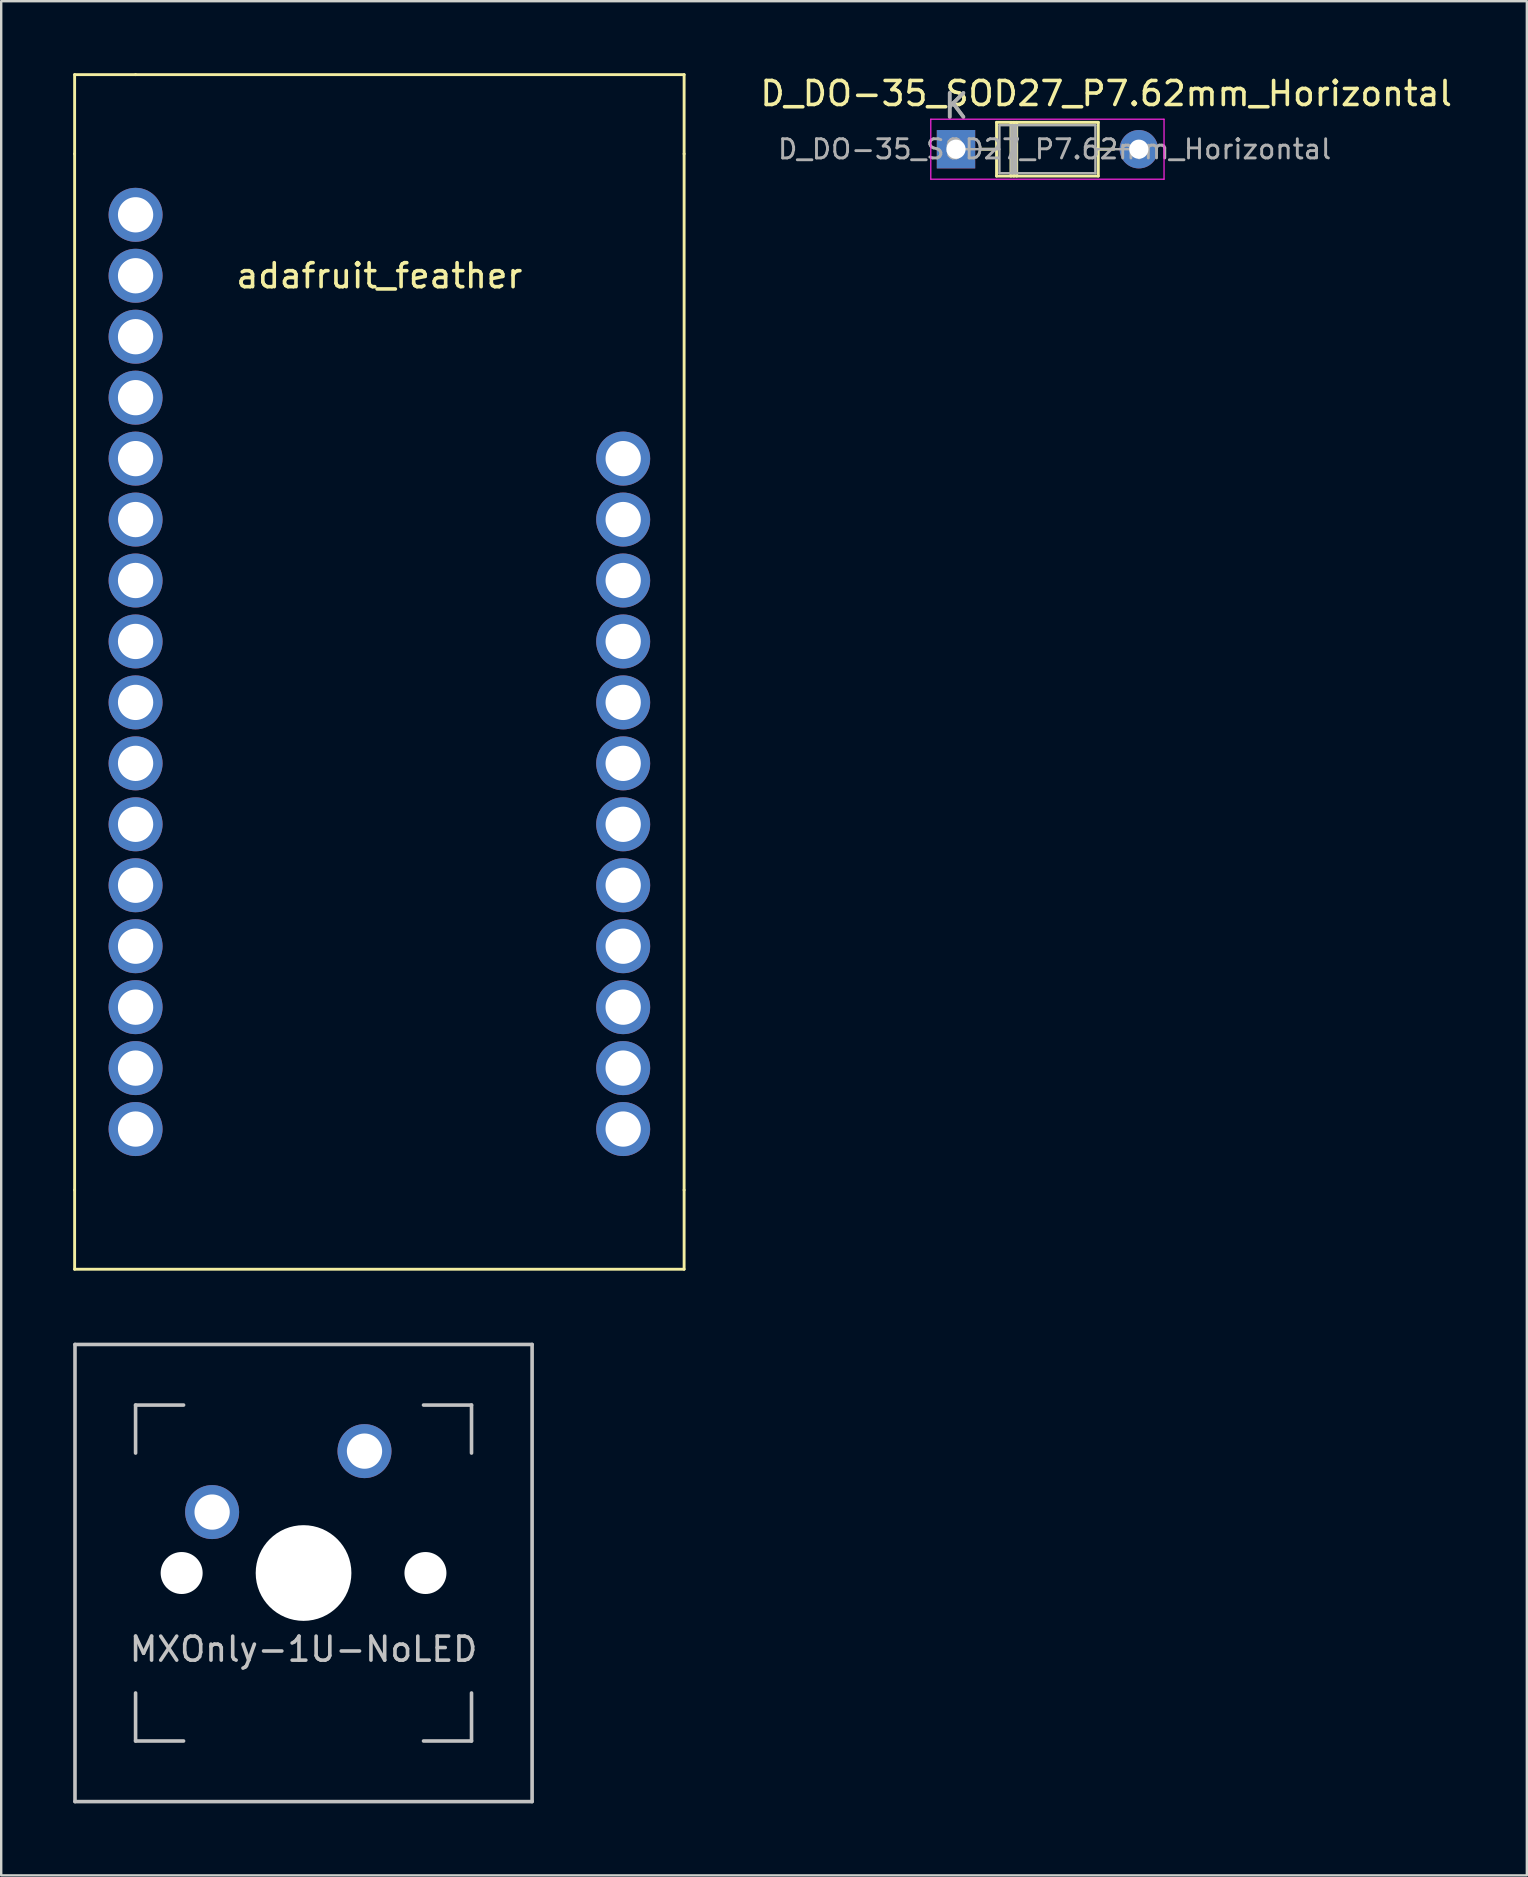
<source format=kicad_pcb>
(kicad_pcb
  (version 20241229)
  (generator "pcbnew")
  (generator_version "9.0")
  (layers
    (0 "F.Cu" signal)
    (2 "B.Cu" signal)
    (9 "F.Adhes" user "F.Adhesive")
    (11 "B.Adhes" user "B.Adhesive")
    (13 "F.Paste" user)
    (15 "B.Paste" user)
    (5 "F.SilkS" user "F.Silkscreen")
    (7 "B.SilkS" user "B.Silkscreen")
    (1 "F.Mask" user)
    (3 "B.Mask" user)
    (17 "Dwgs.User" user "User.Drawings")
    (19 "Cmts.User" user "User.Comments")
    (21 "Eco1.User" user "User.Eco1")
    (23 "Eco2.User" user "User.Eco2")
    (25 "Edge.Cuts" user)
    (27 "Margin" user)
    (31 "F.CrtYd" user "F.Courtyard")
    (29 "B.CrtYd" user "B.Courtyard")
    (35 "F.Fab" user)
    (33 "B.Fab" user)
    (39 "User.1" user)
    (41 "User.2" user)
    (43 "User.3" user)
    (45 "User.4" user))
  (footprint "adafruit_feather"
    (layer "F.Cu")
    (at 5.14 3.362)
    (property "Reference" "adafruit_feather" (at 7.62 5.08 0) (layer "F.SilkS") (effects (font (size 1 1) (thickness 0.15))))
    (attr through_hole)
    (fp_line (start -5.08 -3.302) (end -2.54 -3.302) (stroke (width 0.12) (type solid)) (layer "F.SilkS"))
    (fp_line (start -5.08 0) (end -5.08 -3.302) (stroke (width 0.12) (type solid)) (layer "F.SilkS"))
    (fp_line (start -5.08 43.18) (end -5.08 0) (stroke (width 0.12) (type solid)) (layer "F.SilkS"))
    (fp_line (start -5.08 46.482) (end -5.08 43.18) (stroke (width 0.12) (type solid)) (layer "F.SilkS"))
    (fp_line (start -2.54 -3.302) (end 20.32 -3.302) (stroke (width 0.12) (type solid)) (layer "F.SilkS"))
    (fp_line (start 20.32 -3.302) (end 20.32 0) (stroke (width 0.12) (type solid)) (layer "F.SilkS"))
    (fp_line (start 20.32 43.18) (end 20.32 0) (stroke (width 0.12) (type solid)) (layer "F.SilkS"))
    (fp_line (start 20.32 43.18) (end 20.32 46.482) (stroke (width 0.12) (type solid)) (layer "F.SilkS"))
    (fp_line (start 20.32 46.482) (end -5.08 46.482) (stroke (width 0.12) (type solid)) (layer "F.SilkS"))
    (pad "1" thru_hole circle (at -2.54 2.54) (size 2.25 2.25) (drill 1.47) (layers "*.Cu" "*.Mask"))
    (pad "2" thru_hole circle (at -2.54 5.08) (size 2.25 2.25) (drill 1.47) (layers "*.Cu" "*.Mask"))
    (pad "3" thru_hole circle (at -2.54 7.62) (size 2.25 2.25) (drill 1.47) (layers "*.Cu" "*.Mask"))
    (pad "4" thru_hole circle (at -2.54 10.16) (size 2.25 2.25) (drill 1.47) (layers "*.Cu" "*.Mask"))
    (pad "5" thru_hole circle (at -2.54 12.7) (size 2.25 2.25) (drill 1.47) (layers "*.Cu" "*.Mask"))
    (pad "6" thru_hole circle (at -2.54 15.24) (size 2.25 2.25) (drill 1.47) (layers "*.Cu" "*.Mask"))
    (pad "7" thru_hole circle (at -2.54 17.78) (size 2.25 2.25) (drill 1.47) (layers "*.Cu" "*.Mask"))
    (pad "8" thru_hole circle (at -2.54 20.32) (size 2.25 2.25) (drill 1.47) (layers "*.Cu" "*.Mask"))
    (pad "9" thru_hole circle (at -2.54 22.86) (size 2.25 2.25) (drill 1.47) (layers "*.Cu" "*.Mask"))
    (pad "10" thru_hole circle (at -2.54 25.4) (size 2.25 2.25) (drill 1.47) (layers "*.Cu" "*.Mask"))
    (pad "11" thru_hole circle (at -2.54 27.94) (size 2.25 2.25) (drill 1.47) (layers "*.Cu" "*.Mask"))
    (pad "12" thru_hole circle (at -2.54 30.48) (size 2.25 2.25) (drill 1.47) (layers "*.Cu" "*.Mask"))
    (pad "13" thru_hole circle (at -2.54 33.02) (size 2.25 2.25) (drill 1.47) (layers "*.Cu" "*.Mask"))
    (pad "14" thru_hole circle (at -2.54 35.56) (size 2.25 2.25) (drill 1.47) (layers "*.Cu" "*.Mask"))
    (pad "15" thru_hole circle (at -2.54 38.1) (size 2.25 2.25) (drill 1.47) (layers "*.Cu" "*.Mask"))
    (pad "16" thru_hole circle (at -2.54 40.64) (size 2.25 2.25) (drill 1.47) (layers "*.Cu" "*.Mask"))
    (pad "17" thru_hole circle (at 17.78 40.64) (size 2.25 2.25) (drill 1.47) (layers "*.Cu" "*.Mask"))
    (pad "18" thru_hole circle (at 17.78 38.1) (size 2.25 2.25) (drill 1.47) (layers "*.Cu" "*.Mask"))
    (pad "19" thru_hole circle (at 17.78 35.56) (size 2.25 2.25) (drill 1.47) (layers "*.Cu" "*.Mask"))
    (pad "20" thru_hole circle (at 17.78 33.02) (size 2.25 2.25) (drill 1.47) (layers "*.Cu" "*.Mask"))
    (pad "21" thru_hole circle (at 17.78 30.48) (size 2.25 2.25) (drill 1.47) (layers "*.Cu" "*.Mask"))
    (pad "22" thru_hole circle (at 17.78 27.94) (size 2.25 2.25) (drill 1.47) (layers "*.Cu" "*.Mask"))
    (pad "23" thru_hole circle (at 17.78 25.4) (size 2.25 2.25) (drill 1.47) (layers "*.Cu" "*.Mask"))
    (pad "24" thru_hole circle (at 17.78 22.86) (size 2.25 2.25) (drill 1.47) (layers "*.Cu" "*.Mask"))
    (pad "25" thru_hole circle (at 17.78 20.32) (size 2.25 2.25) (drill 1.47) (layers "*.Cu" "*.Mask"))
    (pad "26" thru_hole circle (at 17.78 17.78) (size 2.25 2.25) (drill 1.47) (layers "*.Cu" "*.Mask"))
    (pad "27" thru_hole circle (at 17.78 15.24) (size 2.25 2.25) (drill 1.47) (layers "*.Cu" "*.Mask"))
    (pad "28" thru_hole circle (at 17.78 12.7) (size 2.25 2.25) (drill 1.47) (layers "*.Cu" "*.Mask")))
  (footprint "D_DO-35_SOD27_P7.62mm_Horizontal"
    (layer "F.Cu")
    (at 36.79 3.168)
    (property "Reference" "D_DO-35_SOD27_P7.62mm_Horizontal" (at 6.26 -2.32 180) (layer "F.SilkS") (effects (font (size 1 1) (thickness 0.15))))
    (attr through_hole)
    (fp_line (start 1.04 0) (end 1.69 0) (stroke (width 0.12) (type solid)) (layer "F.SilkS"))
    (fp_line (start 1.69 -1.12) (end 1.69 1.12) (stroke (width 0.12) (type solid)) (layer "F.SilkS"))
    (fp_line (start 1.69 1.12) (end 5.93 1.12) (stroke (width 0.12) (type solid)) (layer "F.SilkS"))
    (fp_line (start 2.29 -1.12) (end 2.29 1.12) (stroke (width 0.12) (type solid)) (layer "F.SilkS"))
    (fp_line (start 2.41 -1.12) (end 2.41 1.12) (stroke (width 0.12) (type solid)) (layer "F.SilkS"))
    (fp_line (start 2.53 -1.12) (end 2.53 1.12) (stroke (width 0.12) (type solid)) (layer "F.SilkS"))
    (fp_line (start 5.93 -1.12) (end 1.69 -1.12) (stroke (width 0.12) (type solid)) (layer "F.SilkS"))
    (fp_line (start 5.93 1.12) (end 5.93 -1.12) (stroke (width 0.12) (type solid)) (layer "F.SilkS"))
    (fp_line (start 6.58 0) (end 5.93 0) (stroke (width 0.12) (type solid)) (layer "F.SilkS"))
    (fp_line (start -1.05 -1.25) (end -1.05 1.25) (stroke (width 0.05) (type solid)) (layer "F.CrtYd"))
    (fp_line (start -1.05 1.25) (end 8.67 1.25) (stroke (width 0.05) (type solid)) (layer "F.CrtYd"))
    (fp_line (start 8.67 -1.25) (end -1.05 -1.25) (stroke (width 0.05) (type solid)) (layer "F.CrtYd"))
    (fp_line (start 8.67 1.25) (end 8.67 -1.25) (stroke (width 0.05) (type solid)) (layer "F.CrtYd"))
    (fp_line (start 0 0) (end 1.81 0) (stroke (width 0.1) (type solid)) (layer "F.Fab"))
    (fp_line (start 1.81 -1) (end 1.81 1) (stroke (width 0.1) (type solid)) (layer "F.Fab"))
    (fp_line (start 1.81 1) (end 5.81 1) (stroke (width 0.1) (type solid)) (layer "F.Fab"))
    (fp_line (start 2.31 -1) (end 2.31 1) (stroke (width 0.1) (type solid)) (layer "F.Fab"))
    (fp_line (start 2.41 -1) (end 2.41 1) (stroke (width 0.1) (type solid)) (layer "F.Fab"))
    (fp_line (start 2.51 -1) (end 2.51 1) (stroke (width 0.1) (type solid)) (layer "F.Fab"))
    (fp_line (start 5.81 -1) (end 1.81 -1) (stroke (width 0.1) (type solid)) (layer "F.Fab"))
    (fp_line (start 5.81 1) (end 5.81 -1) (stroke (width 0.1) (type solid)) (layer "F.Fab"))
    (fp_line (start 7.62 0) (end 5.81 0) (stroke (width 0.1) (type solid)) (layer "F.Fab"))
    (fp_text user "${REFERENCE}" (at 4.11 0 180) (layer "F.Fab") (effects (font (size 0.8 0.8) (thickness 0.12))))
    (fp_text user "K" (at 0 -1.8 180) (layer "F.Fab") (effects (font (size 1 1) (thickness 0.15))))
    (fp_text user "K" (at 0 -1.8 180) (layer "F.Fab") (effects (font (size 1 1) (thickness 0.15))))
    (pad "1" thru_hole rect (at 0 0) (size 1.6 1.6) (drill 0.8) (layers "*.Cu" "*.Mask"))
    (pad "2" thru_hole oval (at 7.62 0) (size 1.6 1.6) (drill 0.8) (layers "*.Cu" "*.Mask")))
  (footprint "MXOnly-1U-NoLED"
    (layer "F.Cu")
    (at 9.6 62.504)
    (property "Reference" "MXOnly-1U-NoLED" (at 0 3.175 180) (layer "Dwgs.User") (effects (font (size 1 1) (thickness 0.15))))
    (attr through_hole)
    (fp_line (start -9.525 -9.525) (end 9.525 -9.525) (stroke (width 0.15) (type solid)) (layer "Dwgs.User"))
    (fp_line (start -9.525 9.525) (end -9.525 -9.525) (stroke (width 0.15) (type solid)) (layer "Dwgs.User"))
    (fp_line (start -7 -7) (end -7 -5) (stroke (width 0.15) (type solid)) (layer "Dwgs.User"))
    (fp_line (start -7 5) (end -7 7) (stroke (width 0.15) (type solid)) (layer "Dwgs.User"))
    (fp_line (start -7 7) (end -5 7) (stroke (width 0.15) (type solid)) (layer "Dwgs.User"))
    (fp_line (start -5 -7) (end -7 -7) (stroke (width 0.15) (type solid)) (layer "Dwgs.User"))
    (fp_line (start 5 -7) (end 7 -7) (stroke (width 0.15) (type solid)) (layer "Dwgs.User"))
    (fp_line (start 5 7) (end 7 7) (stroke (width 0.15) (type solid)) (layer "Dwgs.User"))
    (fp_line (start 7 -7) (end 7 -5) (stroke (width 0.15) (type solid)) (layer "Dwgs.User"))
    (fp_line (start 7 7) (end 7 5) (stroke (width 0.15) (type solid)) (layer "Dwgs.User"))
    (fp_line (start 9.525 -9.525) (end 9.525 9.525) (stroke (width 0.15) (type solid)) (layer "Dwgs.User"))
    (fp_line (start 9.525 9.525) (end -9.525 9.525) (stroke (width 0.15) (type solid)) (layer "Dwgs.User"))
    (pad "" np_thru_hole circle (at -5.08 0 48.1) (size 1.75 1.75) (drill 1.75) (layers "*.Cu" "*.Mask"))
    (pad "" np_thru_hole circle (at 0 0) (size 3.988 3.988) (drill 3.988) (layers "*.Cu" "*.Mask"))
    (pad "" np_thru_hole circle (at 5.08 0 48.1) (size 1.75 1.75) (drill 1.75) (layers "*.Cu" "*.Mask"))
    (pad "1" thru_hole circle (at -3.81 -2.54) (size 2.25 2.25) (drill 1.47) (layers "*.Cu" "B.Mask"))
    (pad "2" thru_hole circle (at 2.54 -5.08) (size 2.25 2.25) (drill 1.47) (layers "*.Cu" "B.Mask")))
  (gr_rect
    (start -3 -3)
    (end 60.58 75.104)
    (stroke (width 0.1) (type default))
    (fill no)
    (layer "Edge.Cuts")))
</source>
